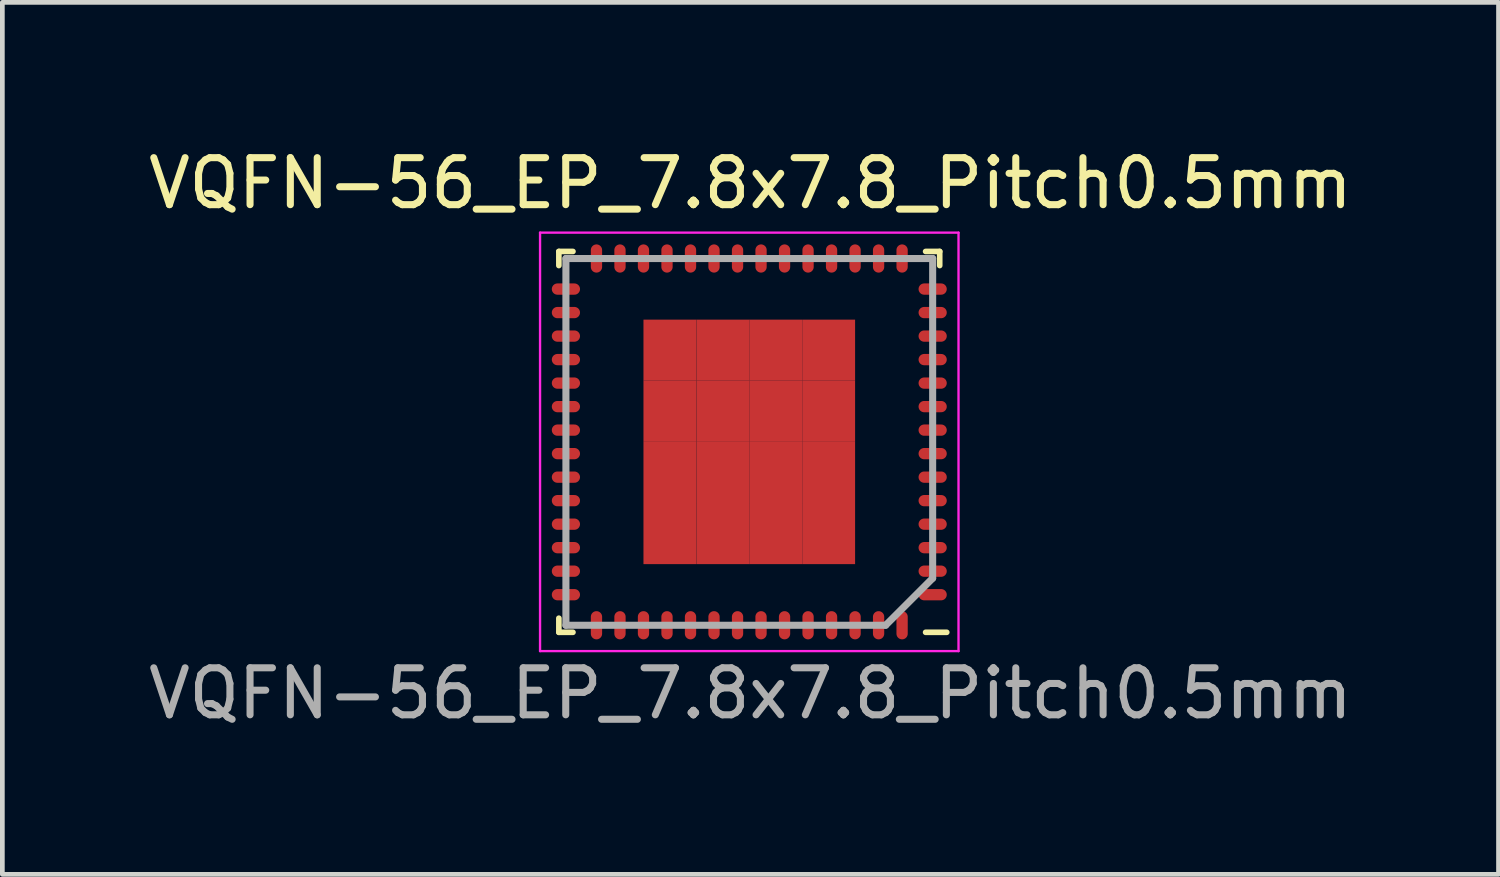
<source format=kicad_pcb>
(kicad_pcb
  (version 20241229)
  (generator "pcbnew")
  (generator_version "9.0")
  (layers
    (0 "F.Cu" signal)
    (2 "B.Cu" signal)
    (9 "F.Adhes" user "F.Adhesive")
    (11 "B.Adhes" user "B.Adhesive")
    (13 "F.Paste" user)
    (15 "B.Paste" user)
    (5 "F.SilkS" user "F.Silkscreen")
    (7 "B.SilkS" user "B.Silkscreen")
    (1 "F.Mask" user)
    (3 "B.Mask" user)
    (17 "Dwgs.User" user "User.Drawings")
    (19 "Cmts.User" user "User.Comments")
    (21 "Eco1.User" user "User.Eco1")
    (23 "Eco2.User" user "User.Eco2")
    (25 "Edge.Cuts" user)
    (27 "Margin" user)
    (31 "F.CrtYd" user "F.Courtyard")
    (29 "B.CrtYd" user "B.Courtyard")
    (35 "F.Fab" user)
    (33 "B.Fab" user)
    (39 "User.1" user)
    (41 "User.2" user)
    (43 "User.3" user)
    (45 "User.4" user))
  (footprint "VQFN-56_EP_7.8x7.8_Pitch0.5mm"
    (layer "F.Cu")
    (at 12.886 6.348)
    (property "Reference" "VQFN-56_EP_7.8x7.8_Pitch0.5mm" (at 0.025 -5.5 0) (unlocked yes) (layer "F.SilkS") (effects (font (size 1 1) (thickness 0.15))))
    (fp_line (start -4.05 -4.05) (end -4.05 -3.75) (stroke (width 0.12) (type solid)) (layer "F.SilkS"))
    (fp_line (start -4.05 4.05) (end -4.05 3.75) (stroke (width 0.12) (type solid)) (layer "F.SilkS"))
    (fp_line (start -3.75 -4.05) (end -4.05 -4.05) (stroke (width 0.12) (type solid)) (layer "F.SilkS"))
    (fp_line (start -3.75 4.05) (end -4.05 4.05) (stroke (width 0.12) (type solid)) (layer "F.SilkS"))
    (fp_line (start 3.75 -4.05) (end 4.05 -4.05) (stroke (width 0.12) (type solid)) (layer "F.SilkS"))
    (fp_line (start 3.75 4.05) (end 4.2 4.05) (stroke (width 0.12) (type solid)) (layer "F.SilkS"))
    (fp_line (start 4.05 -4.05) (end 4.05 -3.75) (stroke (width 0.12) (type solid)) (layer "F.SilkS"))
    (fp_line (start -4.45 -4.45) (end 4.45 -4.45) (stroke (width 0.05) (type solid)) (layer "F.CrtYd"))
    (fp_line (start -4.45 4.45) (end -4.45 -4.45) (stroke (width 0.05) (type solid)) (layer "F.CrtYd"))
    (fp_line (start 4.45 -4.45) (end 4.45 4.45) (stroke (width 0.05) (type solid)) (layer "F.CrtYd"))
    (fp_line (start 4.45 4.45) (end -4.45 4.45) (stroke (width 0.05) (type solid)) (layer "F.CrtYd"))
    (fp_line (start -3.9 -3.9) (end -3.9 3.9) (stroke (width 0.15) (type solid)) (layer "F.Fab"))
    (fp_line (start -3.9 3.9) (end 2.9 3.9) (stroke (width 0.15) (type solid)) (layer "F.Fab"))
    (fp_line (start 2.9 3.9) (end 3.9 2.9) (stroke (width 0.15) (type solid)) (layer "F.Fab"))
    (fp_line (start 3.9 -3.9) (end -3.9 -3.9) (stroke (width 0.15) (type solid)) (layer "F.Fab"))
    (fp_line (start 3.9 2.9) (end 3.9 -3.9) (stroke (width 0.15) (type solid)) (layer "F.Fab"))
    (fp_text user "${REFERENCE}" (at 0.025 5.35 0) (unlocked yes) (layer "F.Fab") (effects (font (size 1 1) (thickness 0.15))))
    (pad "1" smd oval (at 3.9 3.25 270) (size 0.24 0.6) (layers "F.Cu" "F.Mask" "F.Paste"))
    (pad "2" smd oval (at 3.9 2.75 270) (size 0.24 0.6) (layers "F.Cu" "F.Mask" "F.Paste"))
    (pad "3" smd oval (at 3.9 2.25 270) (size 0.24 0.6) (layers "F.Cu" "F.Mask" "F.Paste"))
    (pad "4" smd oval (at 3.9 1.75 270) (size 0.24 0.6) (layers "F.Cu" "F.Mask" "F.Paste"))
    (pad "5" smd oval (at 3.9 1.25 270) (size 0.24 0.6) (layers "F.Cu" "F.Mask" "F.Paste"))
    (pad "6" smd oval (at 3.9 0.75 270) (size 0.24 0.6) (layers "F.Cu" "F.Mask" "F.Paste"))
    (pad "7" smd oval (at 3.9 0.25 270) (size 0.24 0.6) (layers "F.Cu" "F.Mask" "F.Paste"))
    (pad "8" smd oval (at 3.9 -0.25 270) (size 0.24 0.6) (layers "F.Cu" "F.Mask" "F.Paste"))
    (pad "9" smd oval (at 3.9 -0.75 270) (size 0.24 0.6) (layers "F.Cu" "F.Mask" "F.Paste"))
    (pad "10" smd oval (at 3.9 -1.25 270) (size 0.24 0.6) (layers "F.Cu" "F.Mask" "F.Paste"))
    (pad "11" smd oval (at 3.9 -1.75 270) (size 0.24 0.6) (layers "F.Cu" "F.Mask" "F.Paste"))
    (pad "12" smd oval (at 3.9 -2.25 270) (size 0.24 0.6) (layers "F.Cu" "F.Mask" "F.Paste"))
    (pad "13" smd oval (at 3.9 -2.75 270) (size 0.24 0.6) (layers "F.Cu" "F.Mask" "F.Paste"))
    (pad "14" smd oval (at 3.9 -3.25 270) (size 0.24 0.6) (layers "F.Cu" "F.Mask" "F.Paste"))
    (pad "15" smd oval (at 3.25 -3.9 180) (size 0.24 0.6) (layers "F.Cu" "F.Mask" "F.Paste"))
    (pad "16" smd oval (at 2.75 -3.9 180) (size 0.24 0.6) (layers "F.Cu" "F.Mask" "F.Paste"))
    (pad "17" smd oval (at 2.25 -3.9 180) (size 0.24 0.6) (layers "F.Cu" "F.Mask" "F.Paste"))
    (pad "18" smd oval (at 1.75 -3.9 180) (size 0.24 0.6) (layers "F.Cu" "F.Mask" "F.Paste"))
    (pad "19" smd oval (at 1.25 -3.9 180) (size 0.24 0.6) (layers "F.Cu" "F.Mask" "F.Paste"))
    (pad "20" smd oval (at 0.75 -3.9 180) (size 0.24 0.6) (layers "F.Cu" "F.Mask" "F.Paste"))
    (pad "21" smd oval (at 0.25 -3.9 180) (size 0.24 0.6) (layers "F.Cu" "F.Mask" "F.Paste"))
    (pad "22" smd oval (at -0.25 -3.9 180) (size 0.24 0.6) (layers "F.Cu" "F.Mask" "F.Paste"))
    (pad "23" smd oval (at -0.75 -3.9 180) (size 0.24 0.6) (layers "F.Cu" "F.Mask" "F.Paste"))
    (pad "24" smd oval (at -1.25 -3.9 180) (size 0.24 0.6) (layers "F.Cu" "F.Mask" "F.Paste"))
    (pad "25" smd oval (at -1.75 -3.9 180) (size 0.24 0.6) (layers "F.Cu" "F.Mask" "F.Paste"))
    (pad "26" smd oval (at -2.25 -3.9 180) (size 0.24 0.6) (layers "F.Cu" "F.Mask" "F.Paste"))
    (pad "27" smd oval (at -2.75 -3.9 180) (size 0.24 0.6) (layers "F.Cu" "F.Mask" "F.Paste"))
    (pad "28" smd oval (at -3.25 -3.9 180) (size 0.24 0.6) (layers "F.Cu" "F.Mask" "F.Paste"))
    (pad "29" smd oval (at -3.9 -3.25 270) (size 0.24 0.6) (layers "F.Cu" "F.Mask" "F.Paste"))
    (pad "30" smd oval (at -3.9 -2.75 270) (size 0.24 0.6) (layers "F.Cu" "F.Mask" "F.Paste"))
    (pad "31" smd oval (at -3.9 -2.25 270) (size 0.24 0.6) (layers "F.Cu" "F.Mask" "F.Paste"))
    (pad "32" smd oval (at -3.9 -1.75 270) (size 0.24 0.6) (layers "F.Cu" "F.Mask" "F.Paste"))
    (pad "33" smd oval (at -3.9 -1.25 270) (size 0.24 0.6) (layers "F.Cu" "F.Mask" "F.Paste"))
    (pad "34" smd oval (at -3.9 -0.75 270) (size 0.24 0.6) (layers "F.Cu" "F.Mask" "F.Paste"))
    (pad "35" smd oval (at -3.9 -0.25 270) (size 0.24 0.6) (layers "F.Cu" "F.Mask" "F.Paste"))
    (pad "36" smd oval (at -3.9 0.25 270) (size 0.24 0.6) (layers "F.Cu" "F.Mask" "F.Paste"))
    (pad "37" smd oval (at -3.9 0.75 270) (size 0.24 0.6) (layers "F.Cu" "F.Mask" "F.Paste"))
    (pad "38" smd oval (at -3.9 1.25 270) (size 0.24 0.6) (layers "F.Cu" "F.Mask" "F.Paste"))
    (pad "39" smd oval (at -3.9 1.75 270) (size 0.24 0.6) (layers "F.Cu" "F.Mask" "F.Paste"))
    (pad "40" smd oval (at -3.9 2.25 270) (size 0.24 0.6) (layers "F.Cu" "F.Mask" "F.Paste"))
    (pad "41" smd oval (at -3.9 2.75 270) (size 0.24 0.6) (layers "F.Cu" "F.Mask" "F.Paste"))
    (pad "42" smd oval (at -3.9 3.25 270) (size 0.24 0.6) (layers "F.Cu" "F.Mask" "F.Paste"))
    (pad "43" smd oval (at -3.25 3.9 180) (size 0.24 0.6) (layers "F.Cu" "F.Mask" "F.Paste"))
    (pad "44" smd oval (at -2.75 3.9 180) (size 0.24 0.6) (layers "F.Cu" "F.Mask" "F.Paste"))
    (pad "45" smd oval (at -2.25 3.9 180) (size 0.24 0.6) (layers "F.Cu" "F.Mask" "F.Paste"))
    (pad "46" smd oval (at -1.75 3.9 180) (size 0.24 0.6) (layers "F.Cu" "F.Mask" "F.Paste"))
    (pad "47" smd oval (at -1.25 3.9 180) (size 0.24 0.6) (layers "F.Cu" "F.Mask" "F.Paste"))
    (pad "48" smd oval (at -0.75 3.9 180) (size 0.24 0.6) (layers "F.Cu" "F.Mask" "F.Paste"))
    (pad "49" smd oval (at -0.25 3.9 180) (size 0.24 0.6) (layers "F.Cu" "F.Mask" "F.Paste"))
    (pad "50" smd oval (at 0.25 3.9 180) (size 0.24 0.6) (layers "F.Cu" "F.Mask" "F.Paste"))
    (pad "51" smd oval (at 0.75 3.9 180) (size 0.24 0.6) (layers "F.Cu" "F.Mask" "F.Paste"))
    (pad "52" smd oval (at 1.25 3.9 180) (size 0.24 0.6) (layers "F.Cu" "F.Mask" "F.Paste"))
    (pad "53" smd oval (at 1.75 3.9 180) (size 0.24 0.6) (layers "F.Cu" "F.Mask" "F.Paste"))
    (pad "54" smd oval (at 2.25 3.9 180) (size 0.24 0.6) (layers "F.Cu" "F.Mask" "F.Paste"))
    (pad "55" smd oval (at 2.75 3.9 180) (size 0.24 0.6) (layers "F.Cu" "F.Mask" "F.Paste"))
    (pad "56" smd oval (at 3.25 3.9 180) (size 0.24 0.6) (layers "F.Cu" "F.Mask" "F.Paste"))
    (pad "57" smd rect (at -1.688 -1.95 180) (size 1.125 1.3) (layers "F.Cu" "F.Mask" "F.Paste"))
    (pad "57" smd rect (at -1.688 -0.65 180) (size 1.125 1.3) (layers "F.Cu" "F.Mask" "F.Paste"))
    (pad "57" smd rect (at -1.688 0.65 180) (size 1.125 1.3) (layers "F.Cu" "F.Mask" "F.Paste"))
    (pad "57" smd rect (at -1.688 1.95 180) (size 1.125 1.3) (layers "F.Cu" "F.Mask" "F.Paste"))
    (pad "57" smd rect (at -0.562 -1.95 180) (size 1.125 1.3) (layers "F.Cu" "F.Mask" "F.Paste"))
    (pad "57" smd rect (at -0.562 -0.65 180) (size 1.125 1.3) (layers "F.Cu" "F.Mask" "F.Paste"))
    (pad "57" smd rect (at -0.562 0.65 180) (size 1.125 1.3) (layers "F.Cu" "F.Mask" "F.Paste"))
    (pad "57" smd rect (at -0.562 1.95 180) (size 1.125 1.3) (layers "F.Cu" "F.Mask" "F.Paste"))
    (pad "57" smd rect (at 0.562 -1.95 180) (size 1.125 1.3) (layers "F.Cu" "F.Mask" "F.Paste"))
    (pad "57" smd rect (at 0.562 -0.65 180) (size 1.125 1.3) (layers "F.Cu" "F.Mask" "F.Paste"))
    (pad "57" smd rect (at 0.562 0.65 180) (size 1.125 1.3) (layers "F.Cu" "F.Mask" "F.Paste"))
    (pad "57" smd rect (at 0.562 1.95 180) (size 1.125 1.3) (layers "F.Cu" "F.Mask" "F.Paste"))
    (pad "57" smd rect (at 1.688 -1.95 180) (size 1.125 1.3) (layers "F.Cu" "F.Mask" "F.Paste"))
    (pad "57" smd rect (at 1.688 -0.65 180) (size 1.125 1.3) (layers "F.Cu" "F.Mask" "F.Paste"))
    (pad "57" smd rect (at 1.688 0.65 180) (size 1.125 1.3) (layers "F.Cu" "F.Mask" "F.Paste"))
    (pad "57" smd rect (at 1.688 1.95 180) (size 1.125 1.3) (layers "F.Cu" "F.Mask" "F.Paste")))
  (gr_rect
    (start -3 -3)
    (end 28.821 15.546)
    (stroke (width 0.1) (type default))
    (fill no)
    (layer "Edge.Cuts")))
</source>
